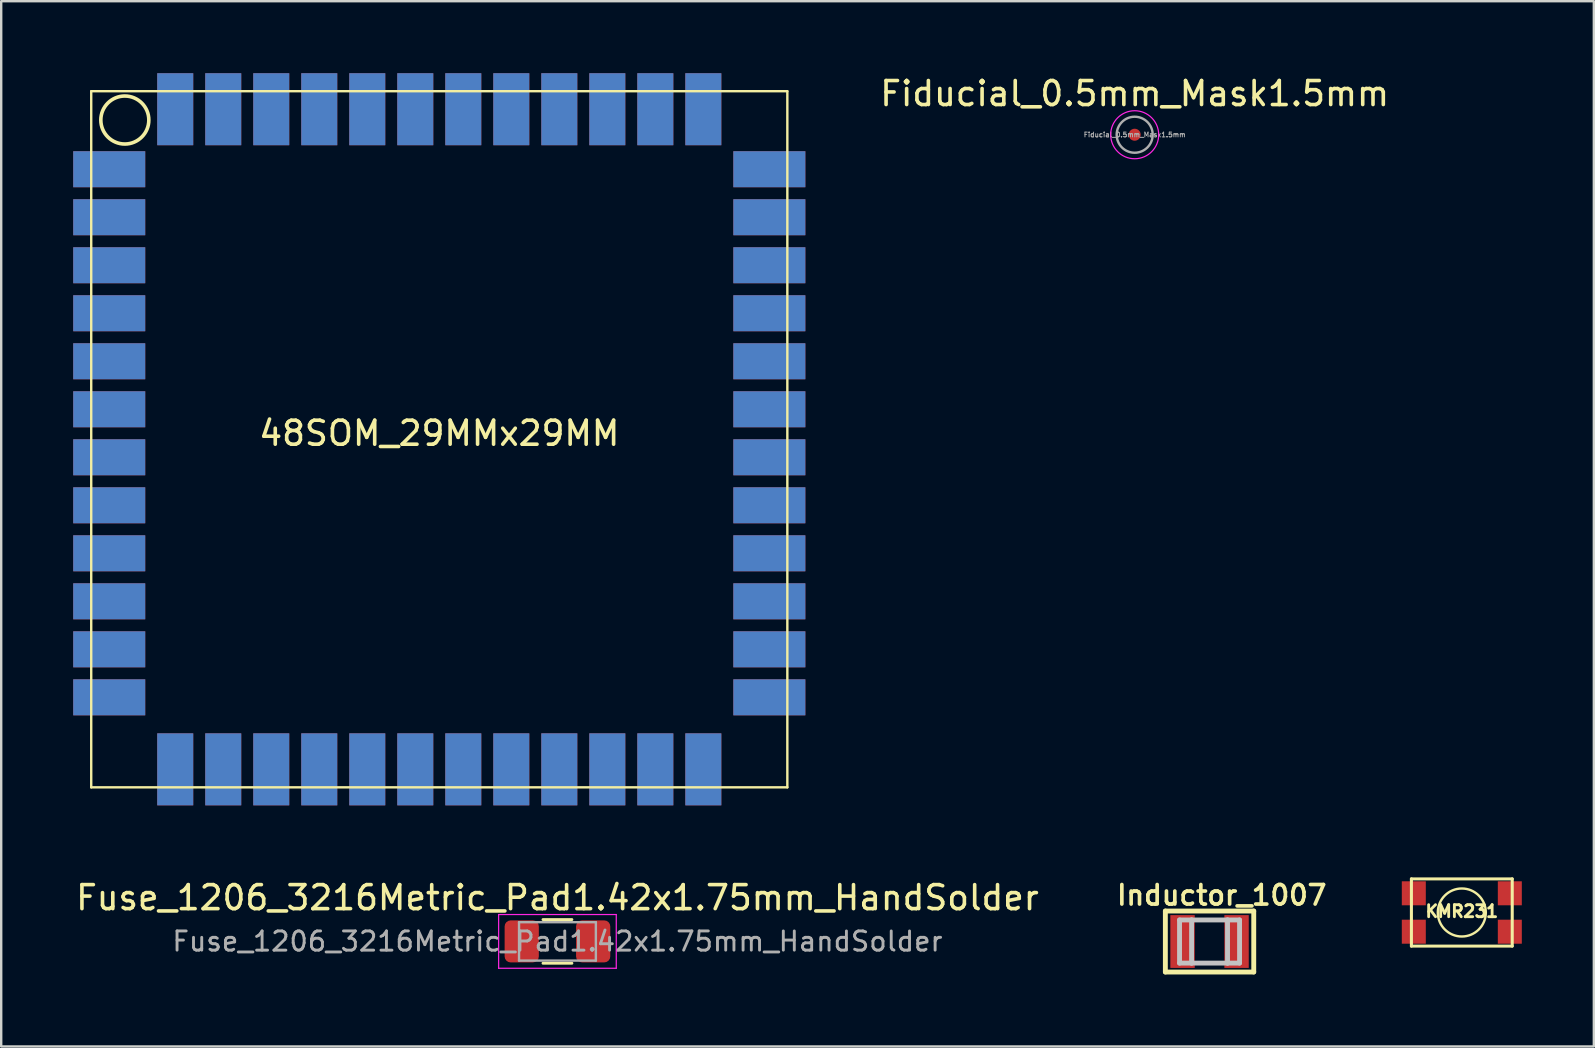
<source format=kicad_pcb>
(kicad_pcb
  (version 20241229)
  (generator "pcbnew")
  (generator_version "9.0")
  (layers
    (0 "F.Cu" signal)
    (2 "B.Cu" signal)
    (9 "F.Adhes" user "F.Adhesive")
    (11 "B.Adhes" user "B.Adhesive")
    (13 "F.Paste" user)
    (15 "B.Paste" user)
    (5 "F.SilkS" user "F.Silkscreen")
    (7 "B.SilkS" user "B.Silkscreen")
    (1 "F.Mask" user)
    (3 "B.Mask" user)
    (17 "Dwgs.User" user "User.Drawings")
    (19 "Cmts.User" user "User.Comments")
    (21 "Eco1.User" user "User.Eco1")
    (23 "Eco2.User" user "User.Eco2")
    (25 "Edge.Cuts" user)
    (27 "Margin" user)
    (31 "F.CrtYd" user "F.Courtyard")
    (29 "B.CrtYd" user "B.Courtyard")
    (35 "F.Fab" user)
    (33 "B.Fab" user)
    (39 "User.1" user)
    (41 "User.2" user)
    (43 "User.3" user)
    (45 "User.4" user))
  (footprint "Fiducial_0.5mm_Mask1.5mm"
    (layer "F.Cu")
    (at 44.22 2.563)
    (property "Reference" "Fiducial_0.5mm_Mask1.5mm" (at 0 -1.714 0) (layer "F.SilkS") (effects (font (size 1 1) (thickness 0.15))))
    (attr smd)
    (fp_circle (center 0 0) (end 1 0) (stroke (width 0.05) (type solid)) (fill no) (layer "F.CrtYd"))
    (fp_circle (center 0 0) (end 0.75 0) (stroke (width 0.1) (type solid)) (fill no) (layer "F.Fab"))
    (fp_text user "${REFERENCE}" (at 0 0 0) (layer "F.Fab") (effects (font (size 0.2 0.2) (thickness 0.04))))
    (pad "" smd circle (at 0 0) (size 0.5 0.5) (layers "F.Cu" "F.Mask")))
  (footprint "KMR231"
    (layer "F.Cu")
    (at 57.848 34.964)
    (property "Reference" "KMR231" (at 0 -0.05 0) (layer "F.SilkS") (effects (font (size 0.5 0.5) (thickness 0.119))))
    (attr through_hole)
    (fp_line (start -2.1 1.4) (end -2.1 -1.4) (stroke (width 0.127) (type solid)) (layer "F.SilkS"))
    (fp_line (start 2.1 -1.4) (end -2.1 -1.4) (stroke (width 0.127) (type solid)) (layer "F.SilkS"))
    (fp_line (start 2.1 1.4) (end -2.1 1.4) (stroke (width 0.127) (type solid)) (layer "F.SilkS"))
    (fp_line (start 2.1 1.4) (end 2.1 -1.4) (stroke (width 0.127) (type solid)) (layer "F.SilkS"))
    (fp_circle (center 0 0) (end 1 0) (stroke (width 0.1) (type solid)) (fill no) (layer "F.SilkS"))
    (pad "1" smd rect (at -2 -0.8) (size 1 1) (layers "F.Cu" "F.Mask" "F.Paste"))
    (pad "1" smd rect (at 2 -0.8) (size 1 1) (layers "F.Cu" "F.Mask" "F.Paste"))
    (pad "2" smd rect (at -2 0.8) (size 1 1) (layers "F.Cu" "F.Mask" "F.Paste"))
    (pad "2" smd rect (at 2 0.8) (size 1 1) (layers "F.Cu" "F.Mask" "F.Paste")))
  (footprint "Fuse_1206_3216Metric_Pad1.42x1.75mm_HandSolder"
    (layer "F.Cu")
    (at 20.173 36.168)
    (property "Reference" "Fuse_1206_3216Metric_Pad1.42x1.75mm_HandSolder" (at 0 -1.82 0) (layer "F.SilkS") (effects (font (size 1 1) (thickness 0.15))))
    (attr smd)
    (fp_line (start -0.602 -0.91) (end 0.602 -0.91) (stroke (width 0.12) (type solid)) (layer "F.SilkS"))
    (fp_line (start -0.602 0.91) (end 0.602 0.91) (stroke (width 0.12) (type solid)) (layer "F.SilkS"))
    (fp_line (start -2.45 -1.12) (end 2.45 -1.12) (stroke (width 0.05) (type solid)) (layer "F.CrtYd"))
    (fp_line (start -2.45 1.12) (end -2.45 -1.12) (stroke (width 0.05) (type solid)) (layer "F.CrtYd"))
    (fp_line (start 2.45 -1.12) (end 2.45 1.12) (stroke (width 0.05) (type solid)) (layer "F.CrtYd"))
    (fp_line (start 2.45 1.12) (end -2.45 1.12) (stroke (width 0.05) (type solid)) (layer "F.CrtYd"))
    (fp_line (start -1.6 -0.8) (end 1.6 -0.8) (stroke (width 0.1) (type solid)) (layer "F.Fab"))
    (fp_line (start -1.6 0.8) (end -1.6 -0.8) (stroke (width 0.1) (type solid)) (layer "F.Fab"))
    (fp_line (start 1.6 -0.8) (end 1.6 0.8) (stroke (width 0.1) (type solid)) (layer "F.Fab"))
    (fp_line (start 1.6 0.8) (end -1.6 0.8) (stroke (width 0.1) (type solid)) (layer "F.Fab"))
    (fp_text user "${REFERENCE}" (at 0 0 0) (layer "F.Fab") (effects (font (size 0.8 0.8) (thickness 0.12))))
    (pad "1" smd roundrect (at -1.488 0) (size 1.425 1.75) (layers "F.Cu" "F.Mask" "F.Paste") (roundrect_rratio 0.175))
    (pad "2" smd roundrect (at 1.488 0) (size 1.425 1.75) (layers "F.Cu" "F.Mask" "F.Paste") (roundrect_rratio 0.175)))
  (footprint "48SOM_29MMx29MM"
    (layer "F.Cu")
    (at 0.75 0.75)
    (property "Reference" "48SOM_29MMx29MM" (at 14.5 14.25 0) (layer "F.SilkS") (effects (font (size 1 1) (thickness 0.15))))
    (attr through_hole)
    (fp_line (start 0 0) (end 29 0) (stroke (width 0.1) (type solid)) (layer "F.SilkS"))
    (fp_line (start 0 29) (end 0 0) (stroke (width 0.1) (type solid)) (layer "F.SilkS"))
    (fp_line (start 29 0) (end 29 29) (stroke (width 0.1) (type solid)) (layer "F.SilkS"))
    (fp_line (start 29 29) (end 0 29) (stroke (width 0.1) (type solid)) (layer "F.SilkS"))
    (fp_circle (center 1.4 1.2) (end 2.4 1.2) (stroke (width 0.15) (type solid)) (fill no) (layer "F.SilkS"))
    (pad "1" smd rect (at 0.75 3.25) (size 3 1.5) (layers "F.Cu" "F.Mask"))
    (pad "1" smd rect (at 0.75 3.25) (size 3 1.5) (layers "B.Cu" "B.Mask"))
    (pad "2" smd rect (at 0.75 5.25) (size 3 1.5) (layers "F.Cu" "F.Mask"))
    (pad "2" smd rect (at 0.75 5.25) (size 3 1.5) (layers "B.Cu" "B.Mask"))
    (pad "3" smd rect (at 0.75 7.25) (size 3 1.5) (layers "F.Cu" "F.Mask"))
    (pad "3" smd rect (at 0.75 7.25) (size 3 1.5) (layers "B.Cu" "B.Mask"))
    (pad "4" smd rect (at 0.75 9.25) (size 3 1.5) (layers "F.Cu" "F.Mask"))
    (pad "4" smd rect (at 0.75 9.25) (size 3 1.5) (layers "B.Cu" "B.Mask"))
    (pad "5" smd rect (at 0.75 11.25) (size 3 1.5) (layers "F.Cu" "F.Mask"))
    (pad "5" smd rect (at 0.75 11.25) (size 3 1.5) (layers "B.Cu" "B.Mask"))
    (pad "6" smd rect (at 0.75 13.25) (size 3 1.5) (layers "F.Cu" "F.Mask"))
    (pad "6" smd rect (at 0.75 13.25) (size 3 1.5) (layers "B.Cu" "B.Mask"))
    (pad "7" smd rect (at 0.75 15.25) (size 3 1.5) (layers "F.Cu" "F.Mask"))
    (pad "7" smd rect (at 0.75 15.25) (size 3 1.5) (layers "B.Cu" "B.Mask"))
    (pad "8" smd rect (at 0.75 17.25) (size 3 1.5) (layers "F.Cu" "F.Mask"))
    (pad "8" smd rect (at 0.75 17.25) (size 3 1.5) (layers "B.Cu" "B.Mask"))
    (pad "9" smd rect (at 0.75 19.25) (size 3 1.5) (layers "F.Cu" "F.Mask"))
    (pad "9" smd rect (at 0.75 19.25) (size 3 1.5) (layers "B.Cu" "B.Mask"))
    (pad "10" smd rect (at 0.75 21.25) (size 3 1.5) (layers "F.Cu" "F.Mask"))
    (pad "10" smd rect (at 0.75 21.25) (size 3 1.5) (layers "B.Cu" "B.Mask"))
    (pad "11" smd rect (at 0.75 23.25) (size 3 1.5) (layers "F.Cu" "F.Mask"))
    (pad "11" smd rect (at 0.75 23.25) (size 3 1.5) (layers "B.Cu" "B.Mask"))
    (pad "12" smd rect (at 0.75 25.25) (size 3 1.5) (layers "F.Cu" "F.Mask"))
    (pad "12" smd rect (at 0.75 25.25) (size 3 1.5) (layers "B.Cu" "B.Mask"))
    (pad "13" smd rect (at 3.5 28.25 270) (size 3 1.5) (layers "F.Cu" "F.Mask"))
    (pad "13" smd rect (at 3.5 28.25 270) (size 3 1.5) (layers "B.Cu" "B.Mask"))
    (pad "14" smd rect (at 5.5 28.25 270) (size 3 1.5) (layers "F.Cu" "F.Mask"))
    (pad "14" smd rect (at 5.5 28.25 270) (size 3 1.5) (layers "B.Cu" "B.Mask"))
    (pad "15" smd rect (at 7.5 28.25 270) (size 3 1.5) (layers "F.Cu" "F.Mask"))
    (pad "15" smd rect (at 7.5 28.25 270) (size 3 1.5) (layers "B.Cu" "B.Mask"))
    (pad "16" smd rect (at 9.5 28.25 270) (size 3 1.5) (layers "F.Cu" "F.Mask"))
    (pad "16" smd rect (at 9.5 28.25 270) (size 3 1.5) (layers "B.Cu" "B.Mask"))
    (pad "17" smd rect (at 11.5 28.25 270) (size 3 1.5) (layers "F.Cu" "F.Mask"))
    (pad "17" smd rect (at 11.5 28.25 270) (size 3 1.5) (layers "B.Cu" "B.Mask"))
    (pad "18" smd rect (at 13.5 28.25 270) (size 3 1.5) (layers "F.Cu" "F.Mask"))
    (pad "18" smd rect (at 13.5 28.25 270) (size 3 1.5) (layers "B.Cu" "B.Mask"))
    (pad "19" smd rect (at 15.5 28.25 270) (size 3 1.5) (layers "F.Cu" "F.Mask"))
    (pad "19" smd rect (at 15.5 28.25 270) (size 3 1.5) (layers "B.Cu" "B.Mask"))
    (pad "20" smd rect (at 17.5 28.25 270) (size 3 1.5) (layers "F.Cu" "F.Mask"))
    (pad "20" smd rect (at 17.5 28.25 270) (size 3 1.5) (layers "B.Cu" "B.Mask"))
    (pad "21" smd rect (at 19.5 28.25 270) (size 3 1.5) (layers "F.Cu" "F.Mask"))
    (pad "21" smd rect (at 19.5 28.25 270) (size 3 1.5) (layers "B.Cu" "B.Mask"))
    (pad "22" smd rect (at 21.5 28.25 270) (size 3 1.5) (layers "F.Cu" "F.Mask"))
    (pad "22" smd rect (at 21.5 28.25 270) (size 3 1.5) (layers "B.Cu" "B.Mask"))
    (pad "23" smd rect (at 23.5 28.25 270) (size 3 1.5) (layers "F.Cu" "F.Mask"))
    (pad "23" smd rect (at 23.5 28.25 270) (size 3 1.5) (layers "B.Cu" "B.Mask"))
    (pad "24" smd rect (at 25.5 28.25 270) (size 3 1.5) (layers "F.Cu" "F.Mask"))
    (pad "24" smd rect (at 25.5 28.25 270) (size 3 1.5) (layers "B.Cu" "B.Mask"))
    (pad "25" smd rect (at 28.25 25.25 180) (size 3 1.5) (layers "F.Cu" "F.Mask"))
    (pad "25" smd rect (at 28.25 25.25 180) (size 3 1.5) (layers "B.Cu" "B.Mask"))
    (pad "26" smd rect (at 28.25 23.25 180) (size 3 1.5) (layers "F.Cu" "F.Mask"))
    (pad "26" smd rect (at 28.25 23.25 180) (size 3 1.5) (layers "B.Cu" "B.Mask"))
    (pad "27" smd rect (at 28.25 21.25 180) (size 3 1.5) (layers "F.Cu" "F.Mask"))
    (pad "27" smd rect (at 28.25 21.25 180) (size 3 1.5) (layers "B.Cu" "B.Mask"))
    (pad "28" smd rect (at 28.25 19.25 180) (size 3 1.5) (layers "F.Cu" "F.Mask"))
    (pad "28" smd rect (at 28.25 19.25 180) (size 3 1.5) (layers "B.Cu" "B.Mask"))
    (pad "29" smd rect (at 28.25 17.25 180) (size 3 1.5) (layers "F.Cu" "F.Mask"))
    (pad "29" smd rect (at 28.25 17.25 180) (size 3 1.5) (layers "B.Cu" "B.Mask"))
    (pad "30" smd rect (at 28.25 15.25 180) (size 3 1.5) (layers "F.Cu" "F.Mask"))
    (pad "30" smd rect (at 28.25 15.25 180) (size 3 1.5) (layers "B.Cu" "B.Mask"))
    (pad "31" smd rect (at 28.25 13.25 180) (size 3 1.5) (layers "F.Cu" "F.Mask"))
    (pad "31" smd rect (at 28.25 13.25 180) (size 3 1.5) (layers "B.Cu" "B.Mask"))
    (pad "32" smd rect (at 28.25 11.25 180) (size 3 1.5) (layers "F.Cu" "F.Mask"))
    (pad "32" smd rect (at 28.25 11.25 180) (size 3 1.5) (layers "B.Cu" "B.Mask"))
    (pad "33" smd rect (at 28.25 9.25 180) (size 3 1.5) (layers "F.Cu" "F.Mask"))
    (pad "33" smd rect (at 28.25 9.25 180) (size 3 1.5) (layers "B.Cu" "B.Mask"))
    (pad "34" smd rect (at 28.25 7.25 180) (size 3 1.5) (layers "F.Cu" "F.Mask"))
    (pad "34" smd rect (at 28.25 7.25 180) (size 3 1.5) (layers "B.Cu" "B.Mask"))
    (pad "35" smd rect (at 28.25 5.25 180) (size 3 1.5) (layers "F.Cu" "F.Mask"))
    (pad "35" smd rect (at 28.25 5.25 180) (size 3 1.5) (layers "B.Cu" "B.Mask"))
    (pad "36" smd rect (at 28.25 3.25 180) (size 3 1.5) (layers "F.Cu" "F.Mask"))
    (pad "36" smd rect (at 28.25 3.25 180) (size 3 1.5) (layers "B.Cu" "B.Mask"))
    (pad "37" smd rect (at 25.5 0.75 270) (size 3 1.5) (layers "F.Cu" "F.Mask"))
    (pad "37" smd rect (at 25.5 0.75 270) (size 3 1.5) (layers "B.Cu" "B.Mask"))
    (pad "38" smd rect (at 23.5 0.75 270) (size 3 1.5) (layers "F.Cu" "F.Mask"))
    (pad "38" smd rect (at 23.5 0.75 270) (size 3 1.5) (layers "B.Cu" "B.Mask"))
    (pad "39" smd rect (at 21.5 0.75 270) (size 3 1.5) (layers "F.Cu" "F.Mask"))
    (pad "39" smd rect (at 21.5 0.75 270) (size 3 1.5) (layers "B.Cu" "B.Mask"))
    (pad "40" smd rect (at 19.5 0.75 270) (size 3 1.5) (layers "F.Cu" "F.Mask"))
    (pad "40" smd rect (at 19.5 0.75 270) (size 3 1.5) (layers "B.Cu" "B.Mask"))
    (pad "41" smd rect (at 17.5 0.75 270) (size 3 1.5) (layers "F.Cu" "F.Mask"))
    (pad "41" smd rect (at 17.5 0.75 270) (size 3 1.5) (layers "B.Cu" "B.Mask"))
    (pad "42" smd rect (at 15.5 0.75 270) (size 3 1.5) (layers "F.Cu" "F.Mask"))
    (pad "42" smd rect (at 15.5 0.75 270) (size 3 1.5) (layers "B.Cu" "B.Mask"))
    (pad "43" smd rect (at 13.5 0.75 270) (size 3 1.5) (layers "F.Cu" "F.Mask"))
    (pad "43" smd rect (at 13.5 0.75 270) (size 3 1.5) (layers "B.Cu" "B.Mask"))
    (pad "44" smd rect (at 11.5 0.75 270) (size 3 1.5) (layers "F.Cu" "F.Mask"))
    (pad "44" smd rect (at 11.5 0.75 270) (size 3 1.5) (layers "B.Cu" "B.Mask"))
    (pad "45" smd rect (at 9.5 0.75 270) (size 3 1.5) (layers "F.Cu" "F.Mask"))
    (pad "45" smd rect (at 9.5 0.75 270) (size 3 1.5) (layers "B.Cu" "B.Mask"))
    (pad "46" smd rect (at 7.5 0.75 270) (size 3 1.5) (layers "F.Cu" "F.Mask"))
    (pad "46" smd rect (at 7.5 0.75 270) (size 3 1.5) (layers "B.Cu" "B.Mask"))
    (pad "47" smd rect (at 5.5 0.75 270) (size 3 1.5) (layers "F.Cu" "F.Mask"))
    (pad "47" smd rect (at 5.5 0.75 270) (size 3 1.5) (layers "B.Cu" "B.Mask"))
    (pad "48" smd rect (at 3.5 0.75 270) (size 3 1.5) (layers "F.Cu" "F.Mask"))
    (pad "48" smd rect (at 3.5 0.75 270) (size 3 1.5) (layers "B.Cu" "B.Mask")))
  (footprint "Inductor_1007"
    (layer "F.Cu")
    (at 47.339 36.173)
    (property "Reference" "Inductor_1007" (at 0.508 -1.93 0) (layer "F.SilkS") (effects (font (size 0.813 0.813) (thickness 0.152))))
    (attr smd)
    (fp_line (start -1.841 -1.27) (end 1.841 -1.27) (stroke (width 0.203) (type solid)) (layer "F.SilkS"))
    (fp_line (start -1.841 1.27) (end -1.841 -1.27) (stroke (width 0.203) (type solid)) (layer "F.SilkS"))
    (fp_line (start 1.841 -1.27) (end 1.841 1.27) (stroke (width 0.203) (type solid)) (layer "F.SilkS"))
    (fp_line (start 1.841 1.27) (end -1.841 1.27) (stroke (width 0.203) (type solid)) (layer "F.SilkS"))
    (fp_line (start -1.25 -0.899) (end -0.749 -0.899) (stroke (width 0.203) (type solid)) (layer "Dwgs.User"))
    (fp_line (start -1.25 0.899) (end -1.25 -0.899) (stroke (width 0.203) (type solid)) (layer "Dwgs.User"))
    (fp_line (start -1.25 0.899) (end -0.749 0.899) (stroke (width 0.203) (type solid)) (layer "Dwgs.User"))
    (fp_line (start -0.749 -0.899) (end 0.749 -0.899) (stroke (width 0.203) (type solid)) (layer "Dwgs.User"))
    (fp_line (start -0.749 0.899) (end -0.749 -0.899) (stroke (width 0.203) (type solid)) (layer "Dwgs.User"))
    (fp_line (start -0.749 0.899) (end 0.749 0.899) (stroke (width 0.203) (type solid)) (layer "Dwgs.User"))
    (fp_line (start 0.749 -0.899) (end 1.25 -0.899) (stroke (width 0.203) (type solid)) (layer "Dwgs.User"))
    (fp_line (start 0.749 0.899) (end 0.749 -0.899) (stroke (width 0.203) (type solid)) (layer "Dwgs.User"))
    (fp_line (start 0.749 0.899) (end 1.25 0.899) (stroke (width 0.203) (type solid)) (layer "Dwgs.User"))
    (fp_line (start 1.25 0.899) (end 1.25 -0.899) (stroke (width 0.203) (type solid)) (layer "Dwgs.User"))
    (pad "P$1" smd rect (at -1.125 0) (size 1.016 2.2) (layers "F.Cu" "F.Mask" "F.Paste"))
    (pad "P$2" smd rect (at 1.125 0) (size 1.016 2.2) (layers "F.Cu" "F.Mask" "F.Paste")))
  (gr_rect
    (start -3 -3)
    (end 63.348 40.545)
    (stroke (width 0.1) (type default))
    (fill no)
    (layer "Edge.Cuts")))
</source>
